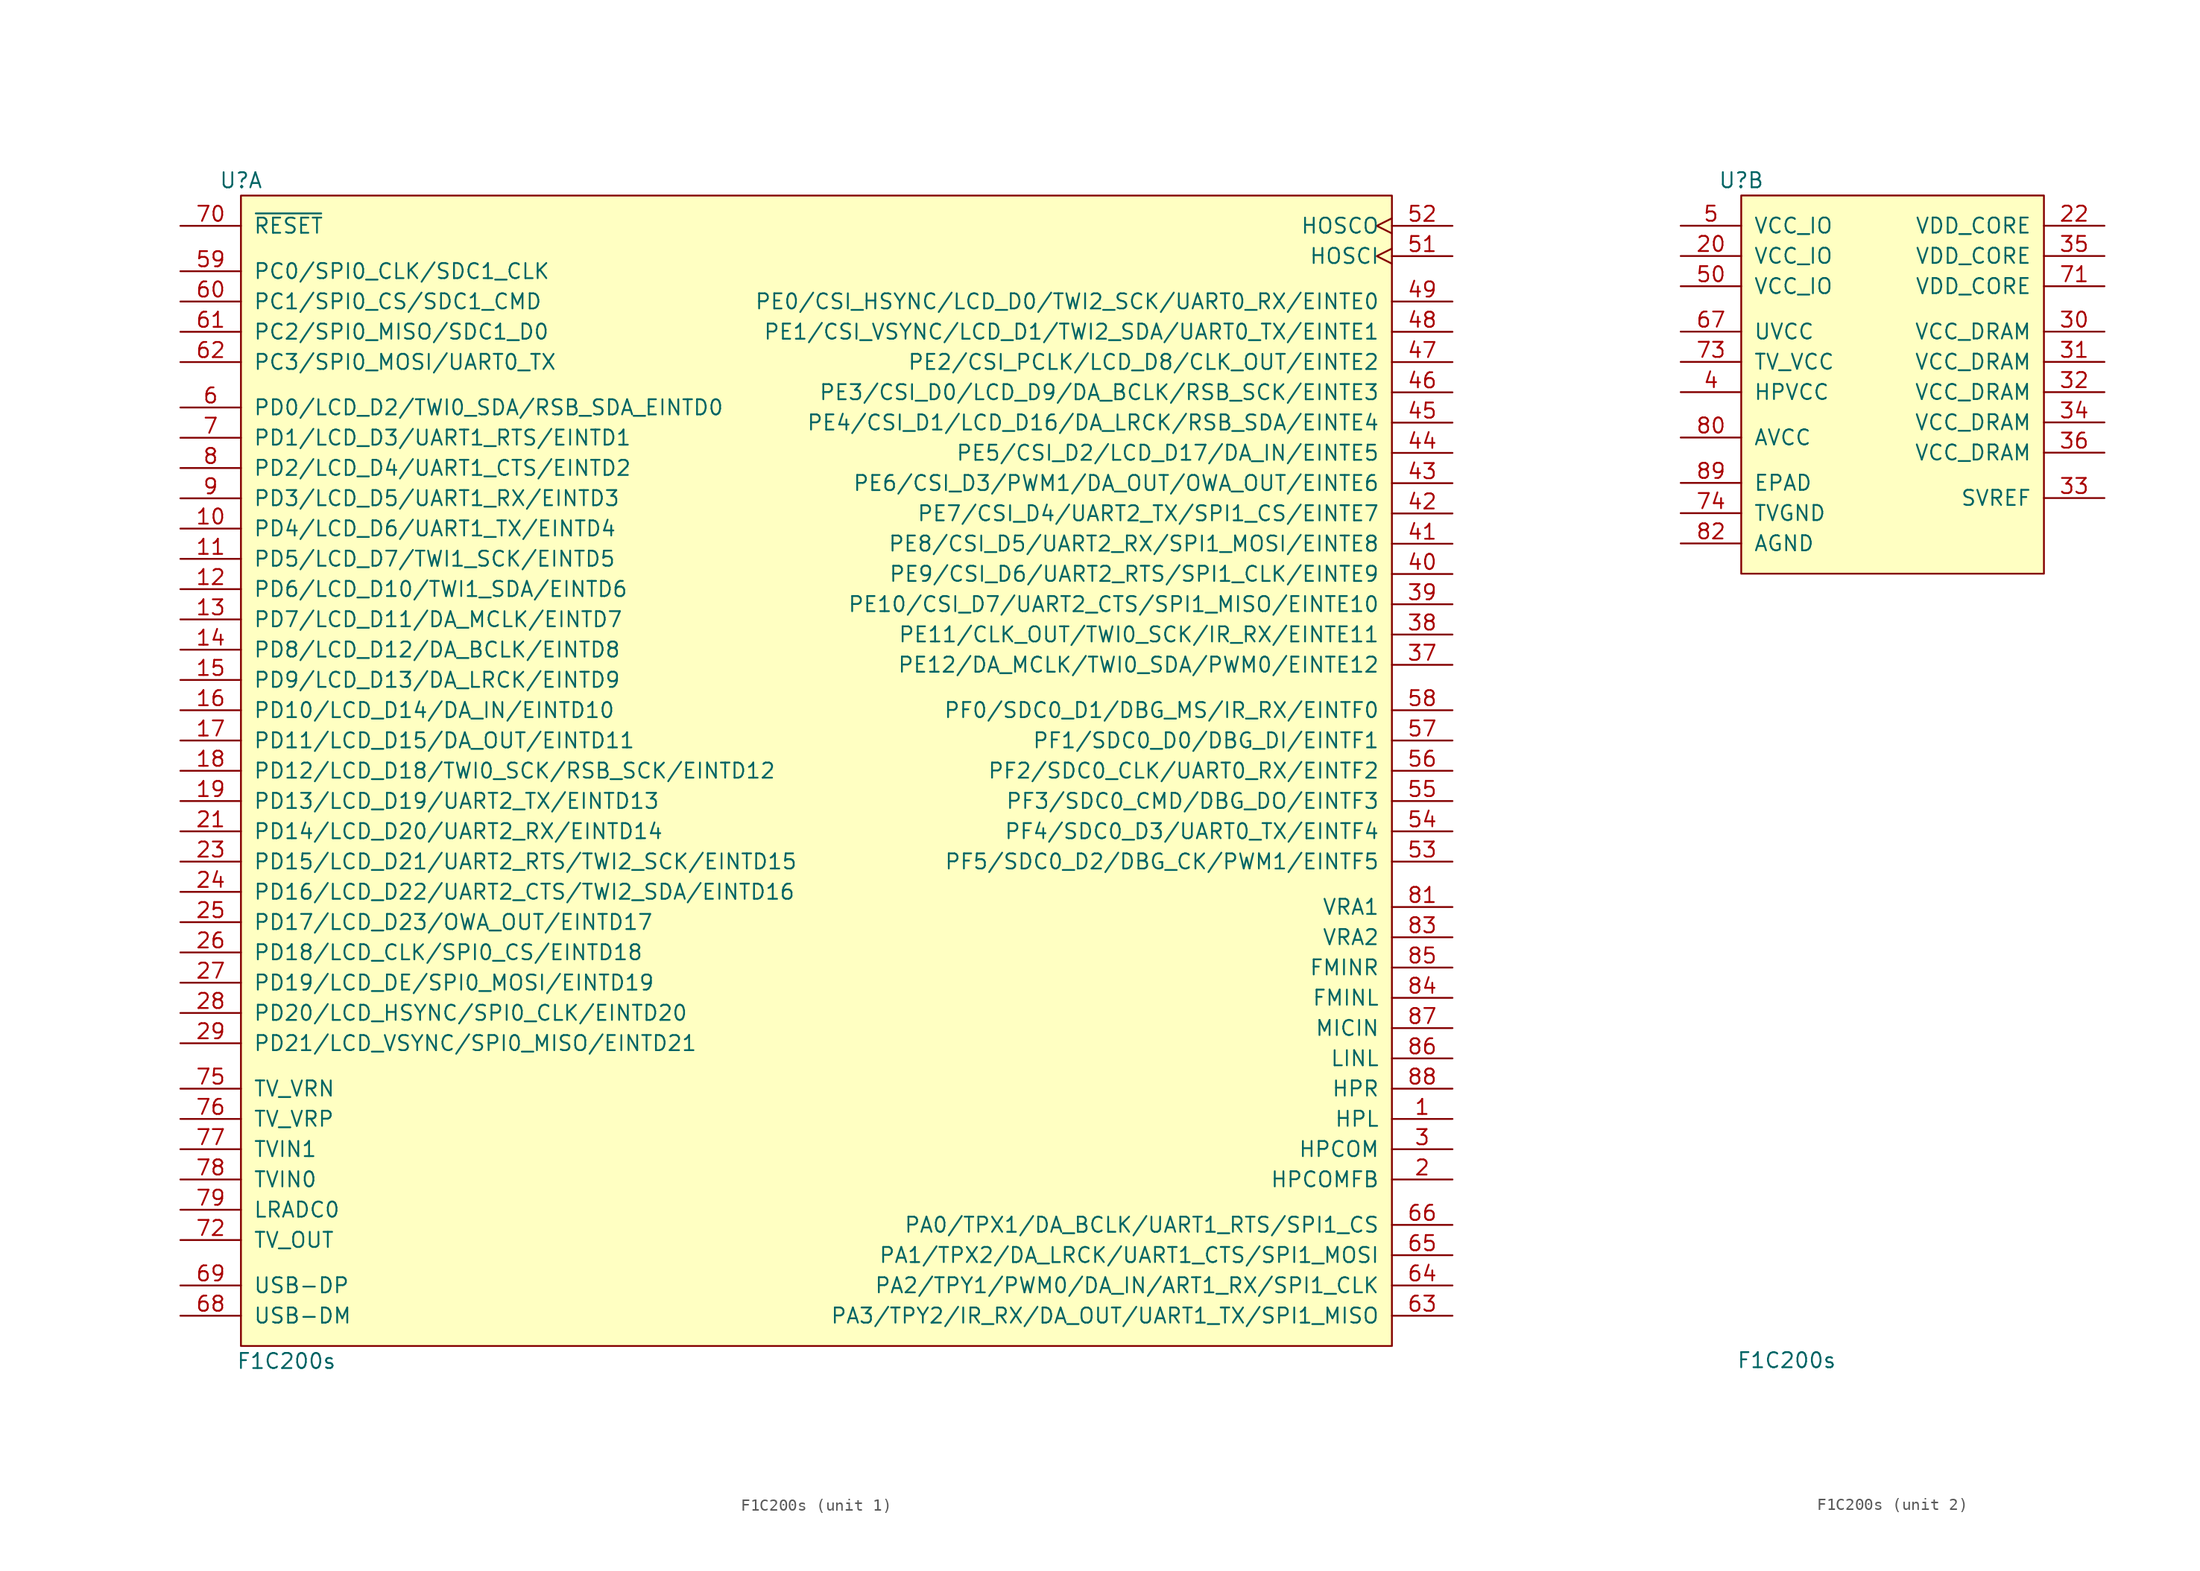
<source format=kicad_sym>
(kicad_symbol_lib
  (version 20211014)
  (generator kicad_symbol_editor)
  (symbol "F1C200s"
    (pin_names
      (offset 1.016))
    (property "Reference" "U"
      (at 0 1.27 0)
      (effects (font (size 1.27 1.27))))
    (property "Value" "F1C200s"
      (at 3.81 -97.79 0)
      (effects (font (size 1.27 1.27))))
    (property "ki_locked" ""
      (at 0 0 0)
      (effects (font (size 1.27 1.27))))
    (symbol "F1C200s_1_1"
      (rectangle (start 0 -96.52) (end 96.52 0) (stroke (width 0) (type default) (color 0 0 0 0)) (fill (type background)))
      (pin output line (at 101.6 -77.47 180) (length 5.08) (name "HPL" (effects (font (size 1.27 1.27)))) (number "1" (effects (font (size 1.27 1.27)))))
      (pin bidirectional line (at -5.08 -27.94 0) (length 5.08) (name "PD4/LCD_D6/UART1_TX/EINTD4" (effects (font (size 1.27 1.27)))) (number "10" (effects (font (size 1.27 1.27)))))
      (pin bidirectional line (at -5.08 -30.48 0) (length 5.08) (name "PD5/LCD_D7/TWI1_SCK/EINTD5" (effects (font (size 1.27 1.27)))) (number "11" (effects (font (size 1.27 1.27)))))
      (pin bidirectional line (at -5.08 -33.02 0) (length 5.08) (name "PD6/LCD_D10/TWI1_SDA/EINTD6" (effects (font (size 1.27 1.27)))) (number "12" (effects (font (size 1.27 1.27)))))
      (pin bidirectional line (at -5.08 -35.56 0) (length 5.08) (name "PD7/LCD_D11/DA_MCLK/EINTD7" (effects (font (size 1.27 1.27)))) (number "13" (effects (font (size 1.27 1.27)))))
      (pin bidirectional line (at -5.08 -38.1 0) (length 5.08) (name "PD8/LCD_D12/DA_BCLK/EINTD8" (effects (font (size 1.27 1.27)))) (number "14" (effects (font (size 1.27 1.27)))))
      (pin bidirectional line (at -5.08 -40.64 0) (length 5.08) (name "PD9/LCD_D13/DA_LRCK/EINTD9" (effects (font (size 1.27 1.27)))) (number "15" (effects (font (size 1.27 1.27)))))
      (pin bidirectional line (at -5.08 -43.18 0) (length 5.08) (name "PD10/LCD_D14/DA_IN/EINTD10" (effects (font (size 1.27 1.27)))) (number "16" (effects (font (size 1.27 1.27)))))
      (pin bidirectional line (at -5.08 -45.72 0) (length 5.08) (name "PD11/LCD_D15/DA_OUT/EINTD11" (effects (font (size 1.27 1.27)))) (number "17" (effects (font (size 1.27 1.27)))))
      (pin bidirectional line (at -5.08 -48.26 0) (length 5.08) (name "PD12/LCD_D18/TWI0_SCK/RSB_SCK/EINTD12" (effects (font (size 1.27 1.27)))) (number "18" (effects (font (size 1.27 1.27)))))
      (pin bidirectional line (at -5.08 -50.8 0) (length 5.08) (name "PD13/LCD_D19/UART2_TX/EINTD13" (effects (font (size 1.27 1.27)))) (number "19" (effects (font (size 1.27 1.27)))))
      (pin input line (at 101.6 -82.55 180) (length 5.08) (name "HPCOMFB" (effects (font (size 1.27 1.27)))) (number "2" (effects (font (size 1.27 1.27)))))
      (pin bidirectional line (at -5.08 -53.34 0) (length 5.08) (name "PD14/LCD_D20/UART2_RX/EINTD14" (effects (font (size 1.27 1.27)))) (number "21" (effects (font (size 1.27 1.27)))))
      (pin bidirectional line (at -5.08 -55.88 0) (length 5.08) (name "PD15/LCD_D21/UART2_RTS/TWI2_SCK/EINTD15" (effects (font (size 1.27 1.27)))) (number "23" (effects (font (size 1.27 1.27)))))
      (pin bidirectional line (at -5.08 -58.42 0) (length 5.08) (name "PD16/LCD_D22/UART2_CTS/TWI2_SDA/EINTD16" (effects (font (size 1.27 1.27)))) (number "24" (effects (font (size 1.27 1.27)))))
      (pin bidirectional line (at -5.08 -60.96 0) (length 5.08) (name "PD17/LCD_D23/OWA_OUT/EINTD17" (effects (font (size 1.27 1.27)))) (number "25" (effects (font (size 1.27 1.27)))))
      (pin bidirectional line (at -5.08 -63.5 0) (length 5.08) (name "PD18/LCD_CLK/SPI0_CS/EINTD18" (effects (font (size 1.27 1.27)))) (number "26" (effects (font (size 1.27 1.27)))))
      (pin bidirectional line (at -5.08 -66.04 0) (length 5.08) (name "PD19/LCD_DE/SPI0_MOSI/EINTD19" (effects (font (size 1.27 1.27)))) (number "27" (effects (font (size 1.27 1.27)))))
      (pin bidirectional line (at -5.08 -68.58 0) (length 5.08) (name "PD20/LCD_HSYNC/SPI0_CLK/EINTD20" (effects (font (size 1.27 1.27)))) (number "28" (effects (font (size 1.27 1.27)))))
      (pin bidirectional line (at -5.08 -71.12 0) (length 5.08) (name "PD21/LCD_VSYNC/SPI0_MISO/EINTD21" (effects (font (size 1.27 1.27)))) (number "29" (effects (font (size 1.27 1.27)))))
      (pin output line (at 101.6 -80.01 180) (length 5.08) (name "HPCOM" (effects (font (size 1.27 1.27)))) (number "3" (effects (font (size 1.27 1.27)))))
      (pin bidirectional line (at 101.6 -39.37 180) (length 5.08) (name "PE12/DA_MCLK/TWI0_SDA/PWM0/EINTE12" (effects (font (size 1.27 1.27)))) (number "37" (effects (font (size 1.27 1.27)))))
      (pin bidirectional line (at 101.6 -36.83 180) (length 5.08) (name "PE11/CLK_OUT/TWI0_SCK/IR_RX/EINTE11" (effects (font (size 1.27 1.27)))) (number "38" (effects (font (size 1.27 1.27)))))
      (pin bidirectional line (at 101.6 -34.29 180) (length 5.08) (name "PE10/CSI_D7/UART2_CTS/SPI1_MISO/EINTE10" (effects (font (size 1.27 1.27)))) (number "39" (effects (font (size 1.27 1.27)))))
      (pin bidirectional line (at 101.6 -31.75 180) (length 5.08) (name "PE9/CSI_D6/UART2_RTS/SPI1_CLK/EINTE9" (effects (font (size 1.27 1.27)))) (number "40" (effects (font (size 1.27 1.27)))))
      (pin bidirectional line (at 101.6 -29.21 180) (length 5.08) (name "PE8/CSI_D5/UART2_RX/SPI1_MOSI/EINTE8" (effects (font (size 1.27 1.27)))) (number "41" (effects (font (size 1.27 1.27)))))
      (pin bidirectional line (at 101.6 -26.67 180) (length 5.08) (name "PE7/CSI_D4/UART2_TX/SPI1_CS/EINTE7" (effects (font (size 1.27 1.27)))) (number "42" (effects (font (size 1.27 1.27)))))
      (pin bidirectional line (at 101.6 -24.13 180) (length 5.08) (name "PE6/CSI_D3/PWM1/DA_OUT/OWA_OUT/EINTE6" (effects (font (size 1.27 1.27)))) (number "43" (effects (font (size 1.27 1.27)))))
      (pin bidirectional line (at 101.6 -21.59 180) (length 5.08) (name "PE5/CSI_D2/LCD_D17/DA_IN/EINTE5" (effects (font (size 1.27 1.27)))) (number "44" (effects (font (size 1.27 1.27)))))
      (pin bidirectional line (at 101.6 -19.05 180) (length 5.08) (name "PE4/CSI_D1/LCD_D16/DA_LRCK/RSB_SDA/EINTE4" (effects (font (size 1.27 1.27)))) (number "45" (effects (font (size 1.27 1.27)))))
      (pin bidirectional line (at 101.6 -16.51 180) (length 5.08) (name "PE3/CSI_D0/LCD_D9/DA_BCLK/RSB_SCK/EINTE3" (effects (font (size 1.27 1.27)))) (number "46" (effects (font (size 1.27 1.27)))))
      (pin bidirectional line (at 101.6 -13.97 180) (length 5.08) (name "PE2/CSI_PCLK/LCD_D8/CLK_OUT/EINTE2" (effects (font (size 1.27 1.27)))) (number "47" (effects (font (size 1.27 1.27)))))
      (pin bidirectional line (at 101.6 -11.43 180) (length 5.08) (name "PE1/CSI_VSYNC/LCD_D1/TWI2_SDA/UART0_TX/EINTE1" (effects (font (size 1.27 1.27)))) (number "48" (effects (font (size 1.27 1.27)))))
      (pin bidirectional line (at 101.6 -8.89 180) (length 5.08) (name "PE0/CSI_HSYNC/LCD_D0/TWI2_SCK/UART0_RX/EINTE0" (effects (font (size 1.27 1.27)))) (number "49" (effects (font (size 1.27 1.27)))))
      (pin input clock (at 101.6 -5.08 180) (length 5.08) (name "HOSCI" (effects (font (size 1.27 1.27)))) (number "51" (effects (font (size 1.27 1.27)))))
      (pin output clock (at 101.6 -2.54 180) (length 5.08) (name "HOSCO" (effects (font (size 1.27 1.27)))) (number "52" (effects (font (size 1.27 1.27)))))
      (pin bidirectional line (at 101.6 -55.88 180) (length 5.08) (name "PF5/SDC0_D2/DBG_CK/PWM1/EINTF5" (effects (font (size 1.27 1.27)))) (number "53" (effects (font (size 1.27 1.27)))))
      (pin bidirectional line (at 101.6 -53.34 180) (length 5.08) (name "PF4/SDC0_D3/UART0_TX/EINTF4" (effects (font (size 1.27 1.27)))) (number "54" (effects (font (size 1.27 1.27)))))
      (pin bidirectional line (at 101.6 -50.8 180) (length 5.08) (name "PF3/SDC0_CMD/DBG_DO/EINTF3" (effects (font (size 1.27 1.27)))) (number "55" (effects (font (size 1.27 1.27)))))
      (pin bidirectional line (at 101.6 -48.26 180) (length 5.08) (name "PF2/SDC0_CLK/UART0_RX/EINTF2" (effects (font (size 1.27 1.27)))) (number "56" (effects (font (size 1.27 1.27)))))
      (pin bidirectional line (at 101.6 -45.72 180) (length 5.08) (name "PF1/SDC0_D0/DBG_DI/EINTF1" (effects (font (size 1.27 1.27)))) (number "57" (effects (font (size 1.27 1.27)))))
      (pin bidirectional line (at 101.6 -43.18 180) (length 5.08) (name "PF0/SDC0_D1/DBG_MS/IR_RX/EINTF0" (effects (font (size 1.27 1.27)))) (number "58" (effects (font (size 1.27 1.27)))))
      (pin bidirectional line (at -5.08 -6.35 0) (length 5.08) (name "PC0/SPI0_CLK/SDC1_CLK" (effects (font (size 1.27 1.27)))) (number "59" (effects (font (size 1.27 1.27)))))
      (pin bidirectional line (at -5.08 -17.78 0) (length 5.08) (name "PD0/LCD_D2/TWI0_SDA/RSB_SDA_EINTD0" (effects (font (size 1.27 1.27)))) (number "6" (effects (font (size 1.27 1.27)))))
      (pin bidirectional line (at -5.08 -8.89 0) (length 5.08) (name "PC1/SPI0_CS/SDC1_CMD" (effects (font (size 1.27 1.27)))) (number "60" (effects (font (size 1.27 1.27)))))
      (pin bidirectional line (at -5.08 -11.43 0) (length 5.08) (name "PC2/SPI0_MISO/SDC1_D0" (effects (font (size 1.27 1.27)))) (number "61" (effects (font (size 1.27 1.27)))))
      (pin bidirectional line (at -5.08 -13.97 0) (length 5.08) (name "PC3/SPI0_MOSI/UART0_TX" (effects (font (size 1.27 1.27)))) (number "62" (effects (font (size 1.27 1.27)))))
      (pin bidirectional line (at 101.6 -93.98 180) (length 5.08) (name "PA3/TPY2/IR_RX/DA_OUT/UART1_TX/SPI1_MISO" (effects (font (size 1.27 1.27)))) (number "63" (effects (font (size 1.27 1.27)))))
      (pin bidirectional line (at 101.6 -91.44 180) (length 5.08) (name "PA2/TPY1/PWM0/DA_IN/ART1_RX/SPI1_CLK" (effects (font (size 1.27 1.27)))) (number "64" (effects (font (size 1.27 1.27)))))
      (pin bidirectional line (at 101.6 -88.9 180) (length 5.08) (name "PA1/TPX2/DA_LRCK/UART1_CTS/SPI1_MOSI" (effects (font (size 1.27 1.27)))) (number "65" (effects (font (size 1.27 1.27)))))
      (pin bidirectional line (at 101.6 -86.36 180) (length 5.08) (name "PA0/TPX1/DA_BCLK/UART1_RTS/SPI1_CS" (effects (font (size 1.27 1.27)))) (number "66" (effects (font (size 1.27 1.27)))))
      (pin bidirectional line (at -5.08 -93.98 0) (length 5.08) (name "USB-DM" (effects (font (size 1.27 1.27)))) (number "68" (effects (font (size 1.27 1.27)))))
      (pin bidirectional line (at -5.08 -91.44 0) (length 5.08) (name "USB-DP" (effects (font (size 1.27 1.27)))) (number "69" (effects (font (size 1.27 1.27)))))
      (pin bidirectional line (at -5.08 -20.32 0) (length 5.08) (name "PD1/LCD_D3/UART1_RTS/EINTD1" (effects (font (size 1.27 1.27)))) (number "7" (effects (font (size 1.27 1.27)))))
      (pin input line (at -5.08 -2.54 0) (length 5.08) (name "~{RESET}" (effects (font (size 1.27 1.27)))) (number "70" (effects (font (size 1.27 1.27)))))
      (pin output line (at -5.08 -87.63 0) (length 5.08) (name "TV_OUT" (effects (font (size 1.27 1.27)))) (number "72" (effects (font (size 1.27 1.27)))))
      (pin input line (at -5.08 -74.93 0) (length 5.08) (name "TV_VRN" (effects (font (size 1.27 1.27)))) (number "75" (effects (font (size 1.27 1.27)))))
      (pin input line (at -5.08 -77.47 0) (length 5.08) (name "TV_VRP" (effects (font (size 1.27 1.27)))) (number "76" (effects (font (size 1.27 1.27)))))
      (pin input line (at -5.08 -80.01 0) (length 5.08) (name "TVIN1" (effects (font (size 1.27 1.27)))) (number "77" (effects (font (size 1.27 1.27)))))
      (pin input line (at -5.08 -82.55 0) (length 5.08) (name "TVIN0" (effects (font (size 1.27 1.27)))) (number "78" (effects (font (size 1.27 1.27)))))
      (pin input line (at -5.08 -85.09 0) (length 5.08) (name "LRADC0" (effects (font (size 1.27 1.27)))) (number "79" (effects (font (size 1.27 1.27)))))
      (pin bidirectional line (at -5.08 -22.86 0) (length 5.08) (name "PD2/LCD_D4/UART1_CTS/EINTD2" (effects (font (size 1.27 1.27)))) (number "8" (effects (font (size 1.27 1.27)))))
      (pin output line (at 101.6 -59.69 180) (length 5.08) (name "VRA1" (effects (font (size 1.27 1.27)))) (number "81" (effects (font (size 1.27 1.27)))))
      (pin output line (at 101.6 -62.23 180) (length 5.08) (name "VRA2" (effects (font (size 1.27 1.27)))) (number "83" (effects (font (size 1.27 1.27)))))
      (pin input line (at 101.6 -67.31 180) (length 5.08) (name "FMINL" (effects (font (size 1.27 1.27)))) (number "84" (effects (font (size 1.27 1.27)))))
      (pin input line (at 101.6 -64.77 180) (length 5.08) (name "FMINR" (effects (font (size 1.27 1.27)))) (number "85" (effects (font (size 1.27 1.27)))))
      (pin input line (at 101.6 -72.39 180) (length 5.08) (name "LINL" (effects (font (size 1.27 1.27)))) (number "86" (effects (font (size 1.27 1.27)))))
      (pin input line (at 101.6 -69.85 180) (length 5.08) (name "MICIN" (effects (font (size 1.27 1.27)))) (number "87" (effects (font (size 1.27 1.27)))))
      (pin output line (at 101.6 -74.93 180) (length 5.08) (name "HPR" (effects (font (size 1.27 1.27)))) (number "88" (effects (font (size 1.27 1.27)))))
      (pin bidirectional line (at -5.08 -25.4 0) (length 5.08) (name "PD3/LCD_D5/UART1_RX/EINTD3" (effects (font (size 1.27 1.27)))) (number "9" (effects (font (size 1.27 1.27))))))
    (symbol "F1C200s_2_1"
      (rectangle (start 0 0) (end 25.4 -31.75) (stroke (width 0) (type default) (color 0 0 0 0)) (fill (type background)))
      (pin power_in line (at -5.08 -5.08 0) (length 5.08) (name "VCC_IO" (effects (font (size 1.27 1.27)))) (number "20" (effects (font (size 1.27 1.27)))))
      (pin power_in line (at 30.48 -2.54 180) (length 5.08) (name "VDD_CORE" (effects (font (size 1.27 1.27)))) (number "22" (effects (font (size 1.27 1.27)))))
      (pin power_in line (at 30.48 -11.43 180) (length 5.08) (name "VCC_DRAM" (effects (font (size 1.27 1.27)))) (number "30" (effects (font (size 1.27 1.27)))))
      (pin power_in line (at 30.48 -13.97 180) (length 5.08) (name "VCC_DRAM" (effects (font (size 1.27 1.27)))) (number "31" (effects (font (size 1.27 1.27)))))
      (pin power_in line (at 30.48 -16.51 180) (length 5.08) (name "VCC_DRAM" (effects (font (size 1.27 1.27)))) (number "32" (effects (font (size 1.27 1.27)))))
      (pin power_in line (at 30.48 -25.4 180) (length 5.08) (name "SVREF" (effects (font (size 1.27 1.27)))) (number "33" (effects (font (size 1.27 1.27)))))
      (pin power_in line (at 30.48 -19.05 180) (length 5.08) (name "VCC_DRAM" (effects (font (size 1.27 1.27)))) (number "34" (effects (font (size 1.27 1.27)))))
      (pin power_in line (at 30.48 -5.08 180) (length 5.08) (name "VDD_CORE" (effects (font (size 1.27 1.27)))) (number "35" (effects (font (size 1.27 1.27)))))
      (pin power_in line (at 30.48 -21.59 180) (length 5.08) (name "VCC_DRAM" (effects (font (size 1.27 1.27)))) (number "36" (effects (font (size 1.27 1.27)))))
      (pin power_in line (at -5.08 -16.51 0) (length 5.08) (name "HPVCC" (effects (font (size 1.27 1.27)))) (number "4" (effects (font (size 1.27 1.27)))))
      (pin power_in line (at -5.08 -2.54 0) (length 5.08) (name "VCC_IO" (effects (font (size 1.27 1.27)))) (number "5" (effects (font (size 1.27 1.27)))))
      (pin power_in line (at -5.08 -7.62 0) (length 5.08) (name "VCC_IO" (effects (font (size 1.27 1.27)))) (number "50" (effects (font (size 1.27 1.27)))))
      (pin power_in line (at -5.08 -11.43 0) (length 5.08) (name "UVCC" (effects (font (size 1.27 1.27)))) (number "67" (effects (font (size 1.27 1.27)))))
      (pin power_in line (at 30.48 -7.62 180) (length 5.08) (name "VDD_CORE" (effects (font (size 1.27 1.27)))) (number "71" (effects (font (size 1.27 1.27)))))
      (pin power_in line (at -5.08 -13.97 0) (length 5.08) (name "TV_VCC" (effects (font (size 1.27 1.27)))) (number "73" (effects (font (size 1.27 1.27)))))
      (pin power_in line (at -5.08 -26.67 0) (length 5.08) (name "TVGND" (effects (font (size 1.27 1.27)))) (number "74" (effects (font (size 1.27 1.27)))))
      (pin power_in line (at -5.08 -20.32 0) (length 5.08) (name "AVCC" (effects (font (size 1.27 1.27)))) (number "80" (effects (font (size 1.27 1.27)))))
      (pin power_in line (at -5.08 -29.21 0) (length 5.08) (name "AGND" (effects (font (size 1.27 1.27)))) (number "82" (effects (font (size 1.27 1.27)))))
      (pin power_in line (at -5.08 -24.13 0) (length 5.08) (name "EPAD" (effects (font (size 1.27 1.27)))) (number "89" (effects (font (size 1.27 1.27))))))))
</source>
